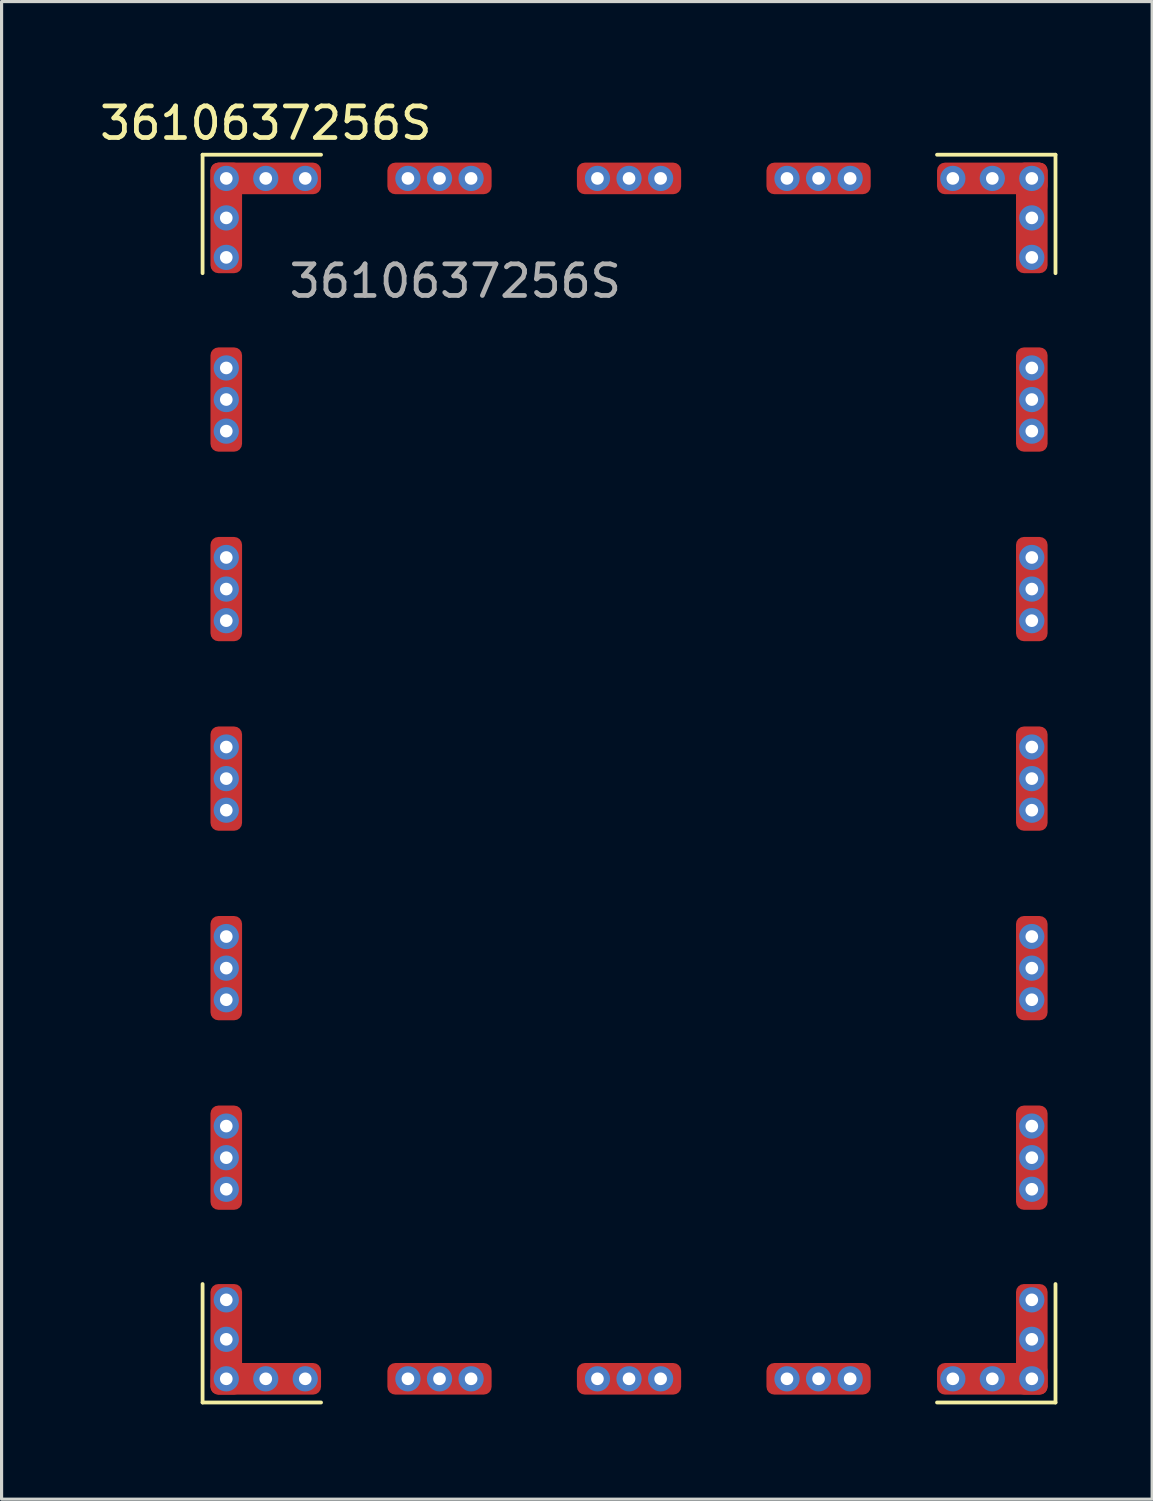
<source format=kicad_pcb>
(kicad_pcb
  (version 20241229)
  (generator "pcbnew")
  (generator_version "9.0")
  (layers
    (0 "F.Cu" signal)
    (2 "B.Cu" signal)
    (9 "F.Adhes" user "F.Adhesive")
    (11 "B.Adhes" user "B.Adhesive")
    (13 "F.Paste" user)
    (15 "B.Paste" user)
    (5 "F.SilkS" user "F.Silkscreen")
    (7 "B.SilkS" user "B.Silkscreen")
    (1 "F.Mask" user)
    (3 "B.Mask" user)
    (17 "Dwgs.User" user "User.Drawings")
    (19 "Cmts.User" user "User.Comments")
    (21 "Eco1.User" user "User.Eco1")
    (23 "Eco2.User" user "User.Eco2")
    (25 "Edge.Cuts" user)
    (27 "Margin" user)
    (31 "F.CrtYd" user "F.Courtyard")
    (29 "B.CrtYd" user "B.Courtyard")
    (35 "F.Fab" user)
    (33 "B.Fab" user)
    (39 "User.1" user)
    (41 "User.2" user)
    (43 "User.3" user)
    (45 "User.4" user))
  (footprint "3610637256S"
    (layer "F.Cu")
    (at 16.863 21.598)
    (property "Reference" "3610637256S" (at -11.5 -20.75 0) (unlocked yes) (layer "F.SilkS") (effects (font (size 1 1) (thickness 0.15))))
    (attr smd)
    (fp_line (start -13.5 -19.75) (end -9.75 -19.75) (stroke (width 0.12) (type default)) (layer "F.SilkS"))
    (fp_line (start -13.5 -16) (end -13.5 -19.75) (stroke (width 0.12) (type default)) (layer "F.SilkS"))
    (fp_line (start -13.5 16) (end -13.5 19.75) (stroke (width 0.12) (type default)) (layer "F.SilkS"))
    (fp_line (start -13.5 19.75) (end -9.75 19.75) (stroke (width 0.12) (type default)) (layer "F.SilkS"))
    (fp_line (start 9.75 -19.75) (end 13.5 -19.75) (stroke (width 0.12) (type default)) (layer "F.SilkS"))
    (fp_line (start 9.75 19.75) (end 13.5 19.75) (stroke (width 0.12) (type default)) (layer "F.SilkS"))
    (fp_line (start 13.5 -19.75) (end 13.5 -16) (stroke (width 0.12) (type default)) (layer "F.SilkS"))
    (fp_line (start 13.5 19.75) (end 13.5 16) (stroke (width 0.12) (type default)) (layer "F.SilkS"))
    (fp_text user "${REFERENCE}" (at -5.5 -15.75 0) (unlocked yes) (layer "F.Fab") (effects (font (size 1 1) (thickness 0.15))))
    (pad "1" thru_hole circle (at -12.75 -19) (size 0.8 0.8) (drill 0.4) (layers "*.Cu" "*.Mask"))
    (pad "1" thru_hole circle (at -12.75 -17.75) (size 0.8 0.8) (drill 0.4) (layers "*.Cu" "*.Mask"))
    (pad "1" smd roundrect (at -12.75 -17.75 180) (size 1 3.5) (layers "F.Cu" "F.Mask" "F.Paste") (roundrect_rratio 0.25))
    (pad "1" thru_hole circle (at -12.75 -16.5) (size 0.8 0.8) (drill 0.4) (layers "*.Cu" "*.Mask"))
    (pad "1" thru_hole circle (at -12.75 -13 90) (size 0.8 0.8) (drill 0.4) (layers "*.Cu" "*.Mask"))
    (pad "1" thru_hole circle (at -12.75 -12 90) (size 0.8 0.8) (drill 0.4) (layers "*.Cu" "*.Mask"))
    (pad "1" smd roundrect (at -12.75 -12) (size 1 3.3) (layers "F.Cu" "F.Mask" "F.Paste") (roundrect_rratio 0.25))
    (pad "1" thru_hole circle (at -12.75 -11 90) (size 0.8 0.8) (drill 0.4) (layers "*.Cu" "*.Mask"))
    (pad "1" thru_hole circle (at -12.75 -7 90) (size 0.8 0.8) (drill 0.4) (layers "*.Cu" "*.Mask"))
    (pad "1" thru_hole circle (at -12.75 -6 90) (size 0.8 0.8) (drill 0.4) (layers "*.Cu" "*.Mask"))
    (pad "1" smd roundrect (at -12.75 -6) (size 1 3.3) (layers "F.Cu" "F.Mask" "F.Paste") (roundrect_rratio 0.25))
    (pad "1" thru_hole circle (at -12.75 -5 90) (size 0.8 0.8) (drill 0.4) (layers "*.Cu" "*.Mask"))
    (pad "1" thru_hole circle (at -12.75 -1 90) (size 0.8 0.8) (drill 0.4) (layers "*.Cu" "*.Mask"))
    (pad "1" thru_hole circle (at -12.75 0 90) (size 0.8 0.8) (drill 0.4) (layers "*.Cu" "*.Mask"))
    (pad "1" smd roundrect (at -12.75 0) (size 1 3.3) (layers "F.Cu" "F.Mask" "F.Paste") (roundrect_rratio 0.25))
    (pad "1" thru_hole circle (at -12.75 1 90) (size 0.8 0.8) (drill 0.4) (layers "*.Cu" "*.Mask"))
    (pad "1" thru_hole circle (at -12.75 5 90) (size 0.8 0.8) (drill 0.4) (layers "*.Cu" "*.Mask"))
    (pad "1" thru_hole circle (at -12.75 6 90) (size 0.8 0.8) (drill 0.4) (layers "*.Cu" "*.Mask"))
    (pad "1" smd roundrect (at -12.75 6) (size 1 3.3) (layers "F.Cu" "F.Mask" "F.Paste") (roundrect_rratio 0.25))
    (pad "1" thru_hole circle (at -12.75 7 90) (size 0.8 0.8) (drill 0.4) (layers "*.Cu" "*.Mask"))
    (pad "1" thru_hole circle (at -12.75 11 90) (size 0.8 0.8) (drill 0.4) (layers "*.Cu" "*.Mask"))
    (pad "1" thru_hole circle (at -12.75 12 90) (size 0.8 0.8) (drill 0.4) (layers "*.Cu" "*.Mask"))
    (pad "1" smd roundrect (at -12.75 12) (size 1 3.3) (layers "F.Cu" "F.Mask" "F.Paste") (roundrect_rratio 0.25))
    (pad "1" thru_hole circle (at -12.75 13 90) (size 0.8 0.8) (drill 0.4) (layers "*.Cu" "*.Mask"))
    (pad "1" thru_hole circle (at -12.75 16.5 90) (size 0.8 0.8) (drill 0.4) (layers "*.Cu" "*.Mask"))
    (pad "1" thru_hole circle (at -12.75 17.75 90) (size 0.8 0.8) (drill 0.4) (layers "*.Cu" "*.Mask"))
    (pad "1" smd roundrect (at -12.75 17.75) (size 1 3.5) (layers "F.Cu" "F.Mask" "F.Paste") (roundrect_rratio 0.25))
    (pad "1" thru_hole circle (at -12.75 19 90) (size 0.8 0.8) (drill 0.4) (layers "*.Cu" "*.Mask"))
    (pad "1" thru_hole circle (at -11.5 -19) (size 0.8 0.8) (drill 0.4) (layers "*.Cu" "*.Mask"))
    (pad "1" smd roundrect (at -11.5 -19 270) (size 1 3.5) (layers "F.Cu" "F.Mask" "F.Paste") (roundrect_rratio 0.25))
    (pad "1" thru_hole circle (at -11.5 19 90) (size 0.8 0.8) (drill 0.4) (layers "*.Cu" "*.Mask"))
    (pad "1" smd roundrect (at -11.5 19 270) (size 1 3.5) (layers "F.Cu" "F.Mask" "F.Paste") (roundrect_rratio 0.25))
    (pad "1" thru_hole circle (at -10.25 -19) (size 0.8 0.8) (drill 0.4) (layers "*.Cu" "*.Mask"))
    (pad "1" thru_hole circle (at -10.25 19 90) (size 0.8 0.8) (drill 0.4) (layers "*.Cu" "*.Mask"))
    (pad "1" thru_hole circle (at -7 -19 90) (size 0.8 0.8) (drill 0.4) (layers "*.Cu" "*.Mask"))
    (pad "1" thru_hole circle (at -7 19 90) (size 0.8 0.8) (drill 0.4) (layers "*.Cu" "*.Mask"))
    (pad "1" thru_hole circle (at -6 -19 90) (size 0.8 0.8) (drill 0.4) (layers "*.Cu" "*.Mask"))
    (pad "1" smd roundrect (at -6 -19 90) (size 1 3.3) (layers "F.Cu" "F.Mask" "F.Paste") (roundrect_rratio 0.25))
    (pad "1" thru_hole circle (at -6 19 90) (size 0.8 0.8) (drill 0.4) (layers "*.Cu" "*.Mask"))
    (pad "1" smd roundrect (at -6 19 90) (size 1 3.3) (layers "F.Cu" "F.Mask" "F.Paste") (roundrect_rratio 0.25))
    (pad "1" thru_hole circle (at -5 -19 90) (size 0.8 0.8) (drill 0.4) (layers "*.Cu" "*.Mask"))
    (pad "1" thru_hole circle (at -5 19 90) (size 0.8 0.8) (drill 0.4) (layers "*.Cu" "*.Mask"))
    (pad "1" thru_hole circle (at -1 -19 90) (size 0.8 0.8) (drill 0.4) (layers "*.Cu" "*.Mask"))
    (pad "1" thru_hole circle (at -1 19 90) (size 0.8 0.8) (drill 0.4) (layers "*.Cu" "*.Mask"))
    (pad "1" thru_hole circle (at 0 -19 90) (size 0.8 0.8) (drill 0.4) (layers "*.Cu" "*.Mask"))
    (pad "1" smd roundrect (at 0 -19 90) (size 1 3.3) (layers "F.Cu" "F.Mask" "F.Paste") (roundrect_rratio 0.25))
    (pad "1" thru_hole circle (at 0 19 90) (size 0.8 0.8) (drill 0.4) (layers "*.Cu" "*.Mask"))
    (pad "1" smd roundrect (at 0 19 90) (size 1 3.3) (layers "F.Cu" "F.Mask" "F.Paste") (roundrect_rratio 0.25))
    (pad "1" thru_hole circle (at 1 -19 90) (size 0.8 0.8) (drill 0.4) (layers "*.Cu" "*.Mask"))
    (pad "1" thru_hole circle (at 1 19 90) (size 0.8 0.8) (drill 0.4) (layers "*.Cu" "*.Mask"))
    (pad "1" thru_hole circle (at 5 -19 90) (size 0.8 0.8) (drill 0.4) (layers "*.Cu" "*.Mask"))
    (pad "1" thru_hole circle (at 5 19 90) (size 0.8 0.8) (drill 0.4) (layers "*.Cu" "*.Mask"))
    (pad "1" thru_hole circle (at 6 -19 90) (size 0.8 0.8) (drill 0.4) (layers "*.Cu" "*.Mask"))
    (pad "1" smd roundrect (at 6 -19 90) (size 1 3.3) (layers "F.Cu" "F.Mask" "F.Paste") (roundrect_rratio 0.25))
    (pad "1" thru_hole circle (at 6 19 90) (size 0.8 0.8) (drill 0.4) (layers "*.Cu" "*.Mask"))
    (pad "1" smd roundrect (at 6 19 90) (size 1 3.3) (layers "F.Cu" "F.Mask" "F.Paste") (roundrect_rratio 0.25))
    (pad "1" thru_hole circle (at 7 -19 90) (size 0.8 0.8) (drill 0.4) (layers "*.Cu" "*.Mask"))
    (pad "1" thru_hole circle (at 7 19 90) (size 0.8 0.8) (drill 0.4) (layers "*.Cu" "*.Mask"))
    (pad "1" thru_hole circle (at 10.25 -19 270) (size 0.8 0.8) (drill 0.4) (layers "*.Cu" "*.Mask"))
    (pad "1" thru_hole circle (at 10.25 19 180) (size 0.8 0.8) (drill 0.4) (layers "*.Cu" "*.Mask"))
    (pad "1" thru_hole circle (at 11.5 -19 270) (size 0.8 0.8) (drill 0.4) (layers "*.Cu" "*.Mask"))
    (pad "1" smd roundrect (at 11.5 -19 90) (size 1 3.5) (layers "F.Cu" "F.Mask" "F.Paste") (roundrect_rratio 0.25))
    (pad "1" thru_hole circle (at 11.5 19 180) (size 0.8 0.8) (drill 0.4) (layers "*.Cu" "*.Mask"))
    (pad "1" smd roundrect (at 11.5 19 90) (size 1 3.5) (layers "F.Cu" "F.Mask" "F.Paste") (roundrect_rratio 0.25))
    (pad "1" thru_hole circle (at 12.75 -19 270) (size 0.8 0.8) (drill 0.4) (layers "*.Cu" "*.Mask"))
    (pad "1" thru_hole circle (at 12.75 -17.75 270) (size 0.8 0.8) (drill 0.4) (layers "*.Cu" "*.Mask"))
    (pad "1" smd roundrect (at 12.75 -17.75 180) (size 1 3.5) (layers "F.Cu" "F.Mask" "F.Paste") (roundrect_rratio 0.25))
    (pad "1" thru_hole circle (at 12.75 -16.5 270) (size 0.8 0.8) (drill 0.4) (layers "*.Cu" "*.Mask"))
    (pad "1" thru_hole circle (at 12.75 -13 90) (size 0.8 0.8) (drill 0.4) (layers "*.Cu" "*.Mask"))
    (pad "1" thru_hole circle (at 12.75 -12 90) (size 0.8 0.8) (drill 0.4) (layers "*.Cu" "*.Mask"))
    (pad "1" smd roundrect (at 12.75 -12) (size 1 3.3) (layers "F.Cu" "F.Mask" "F.Paste") (roundrect_rratio 0.25))
    (pad "1" thru_hole circle (at 12.75 -11 90) (size 0.8 0.8) (drill 0.4) (layers "*.Cu" "*.Mask"))
    (pad "1" thru_hole circle (at 12.75 -7 90) (size 0.8 0.8) (drill 0.4) (layers "*.Cu" "*.Mask"))
    (pad "1" thru_hole circle (at 12.75 -6 90) (size 0.8 0.8) (drill 0.4) (layers "*.Cu" "*.Mask"))
    (pad "1" smd roundrect (at 12.75 -6) (size 1 3.3) (layers "F.Cu" "F.Mask" "F.Paste") (roundrect_rratio 0.25))
    (pad "1" thru_hole circle (at 12.75 -5 90) (size 0.8 0.8) (drill 0.4) (layers "*.Cu" "*.Mask"))
    (pad "1" thru_hole circle (at 12.75 -1 90) (size 0.8 0.8) (drill 0.4) (layers "*.Cu" "*.Mask"))
    (pad "1" thru_hole circle (at 12.75 0 90) (size 0.8 0.8) (drill 0.4) (layers "*.Cu" "*.Mask"))
    (pad "1" smd roundrect (at 12.75 0) (size 1 3.3) (layers "F.Cu" "F.Mask" "F.Paste") (roundrect_rratio 0.25))
    (pad "1" thru_hole circle (at 12.75 1 90) (size 0.8 0.8) (drill 0.4) (layers "*.Cu" "*.Mask"))
    (pad "1" thru_hole circle (at 12.75 5 90) (size 0.8 0.8) (drill 0.4) (layers "*.Cu" "*.Mask"))
    (pad "1" thru_hole circle (at 12.75 6 90) (size 0.8 0.8) (drill 0.4) (layers "*.Cu" "*.Mask"))
    (pad "1" smd roundrect (at 12.75 6) (size 1 3.3) (layers "F.Cu" "F.Mask" "F.Paste") (roundrect_rratio 0.25))
    (pad "1" thru_hole circle (at 12.75 7 90) (size 0.8 0.8) (drill 0.4) (layers "*.Cu" "*.Mask"))
    (pad "1" thru_hole circle (at 12.75 11 90) (size 0.8 0.8) (drill 0.4) (layers "*.Cu" "*.Mask"))
    (pad "1" thru_hole circle (at 12.75 12 90) (size 0.8 0.8) (drill 0.4) (layers "*.Cu" "*.Mask"))
    (pad "1" smd roundrect (at 12.75 12) (size 1 3.3) (layers "F.Cu" "F.Mask" "F.Paste") (roundrect_rratio 0.25))
    (pad "1" thru_hole circle (at 12.75 13 90) (size 0.8 0.8) (drill 0.4) (layers "*.Cu" "*.Mask"))
    (pad "1" thru_hole circle (at 12.75 16.5 180) (size 0.8 0.8) (drill 0.4) (layers "*.Cu" "*.Mask"))
    (pad "1" thru_hole circle (at 12.75 17.75 180) (size 0.8 0.8) (drill 0.4) (layers "*.Cu" "*.Mask"))
    (pad "1" smd roundrect (at 12.75 17.75) (size 1 3.5) (layers "F.Cu" "F.Mask" "F.Paste") (roundrect_rratio 0.25))
    (pad "1" thru_hole circle (at 12.75 19 180) (size 0.8 0.8) (drill 0.4) (layers "*.Cu" "*.Mask")))
  (gr_rect
    (start -3 -3)
    (end 33.423 44.408)
    (stroke (width 0.1) (type default))
    (fill no)
    (layer "Edge.Cuts")))
</source>
